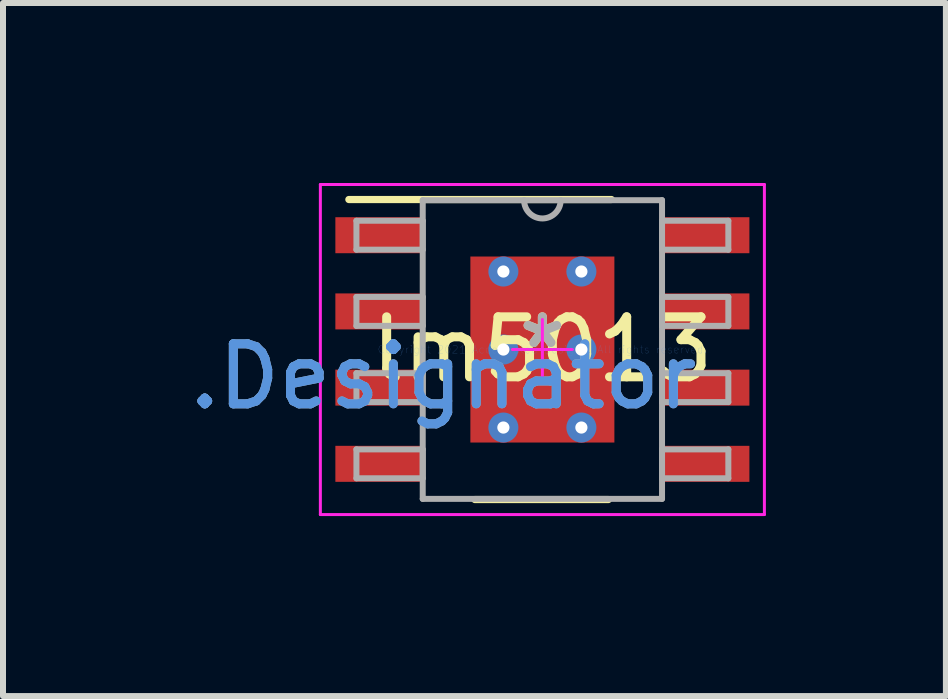
<source format=kicad_pcb>
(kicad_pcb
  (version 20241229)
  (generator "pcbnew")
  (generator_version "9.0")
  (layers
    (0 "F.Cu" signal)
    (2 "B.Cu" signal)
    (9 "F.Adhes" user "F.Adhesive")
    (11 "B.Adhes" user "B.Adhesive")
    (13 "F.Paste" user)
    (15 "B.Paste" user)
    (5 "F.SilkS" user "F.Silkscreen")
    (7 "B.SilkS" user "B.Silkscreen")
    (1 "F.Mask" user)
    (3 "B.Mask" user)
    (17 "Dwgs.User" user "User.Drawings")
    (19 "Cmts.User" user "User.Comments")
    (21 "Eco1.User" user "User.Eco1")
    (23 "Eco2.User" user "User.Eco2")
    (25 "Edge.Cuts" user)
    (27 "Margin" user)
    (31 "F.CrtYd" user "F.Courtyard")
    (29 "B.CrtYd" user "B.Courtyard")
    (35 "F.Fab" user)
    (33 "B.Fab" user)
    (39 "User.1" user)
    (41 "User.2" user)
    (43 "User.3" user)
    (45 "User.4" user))
  (footprint "lm5013"
    (layer "F.Cu")
    (at 5.989 2.775)
    (property "Reference" "lm5013" (at 0 0 0) (layer "F.SilkS") (effects (font (size 1 1) (thickness 0.15))))
    (attr through_hole)
    (fp_line (start -3.225 -2.5) (end 1.15 -2.5) (stroke (width 0.12) (type solid)) (layer "F.SilkS"))
    (fp_line (start -1.125 2.5) (end 1.1 2.5) (stroke (width 0.12) (type solid)) (layer "F.SilkS"))
    (fp_line (start -3.7 -2.75) (end 3.7 -2.75) (stroke (width 0.05) (type solid)) (layer "F.CrtYd"))
    (fp_line (start -3.7 2.75) (end -3.7 -2.75) (stroke (width 0.05) (type solid)) (layer "F.CrtYd"))
    (fp_line (start -3.7 2.75) (end 3.7 2.75) (stroke (width 0.05) (type solid)) (layer "F.CrtYd"))
    (fp_line (start -0.5 0) (end 0.5 0) (stroke (width 0.05) (type solid)) (layer "F.CrtYd"))
    (fp_line (start 0 0.5) (end 0 -0.5) (stroke (width 0.05) (type solid)) (layer "F.CrtYd"))
    (fp_line (start 3.7 2.75) (end 3.7 -2.75) (stroke (width 0.05) (type solid)) (layer "F.CrtYd"))
    (fp_line (start -3.099 -2.146) (end -1.994 -2.146) (stroke (width 0.1) (type solid)) (layer "F.Fab"))
    (fp_line (start -3.099 -1.664) (end -3.099 -2.146) (stroke (width 0.1) (type solid)) (layer "F.Fab"))
    (fp_line (start -3.099 -1.664) (end -1.994 -1.664) (stroke (width 0.1) (type solid)) (layer "F.Fab"))
    (fp_line (start -3.099 -0.876) (end -1.994 -0.876) (stroke (width 0.1) (type solid)) (layer "F.Fab"))
    (fp_line (start -3.099 -0.394) (end -3.099 -0.876) (stroke (width 0.1) (type solid)) (layer "F.Fab"))
    (fp_line (start -3.099 -0.394) (end -1.994 -0.394) (stroke (width 0.1) (type solid)) (layer "F.Fab"))
    (fp_line (start -3.099 0.394) (end -1.994 0.394) (stroke (width 0.1) (type solid)) (layer "F.Fab"))
    (fp_line (start -3.099 0.876) (end -3.099 0.394) (stroke (width 0.1) (type solid)) (layer "F.Fab"))
    (fp_line (start -3.099 0.876) (end -1.994 0.876) (stroke (width 0.1) (type solid)) (layer "F.Fab"))
    (fp_line (start -3.099 1.664) (end -1.994 1.664) (stroke (width 0.1) (type solid)) (layer "F.Fab"))
    (fp_line (start -3.099 2.146) (end -3.099 1.664) (stroke (width 0.1) (type solid)) (layer "F.Fab"))
    (fp_line (start -3.099 2.146) (end -1.994 2.146) (stroke (width 0.1) (type solid)) (layer "F.Fab"))
    (fp_line (start -1.994 -2.489) (end 1.994 -2.489) (stroke (width 0.1) (type solid)) (layer "F.Fab"))
    (fp_line (start -1.994 -1.664) (end -1.994 -2.146) (stroke (width 0.1) (type solid)) (layer "F.Fab"))
    (fp_line (start -1.994 -0.394) (end -1.994 -0.876) (stroke (width 0.1) (type solid)) (layer "F.Fab"))
    (fp_line (start -1.994 0.876) (end -1.994 0.394) (stroke (width 0.1) (type solid)) (layer "F.Fab"))
    (fp_line (start -1.994 2.146) (end -1.994 1.664) (stroke (width 0.1) (type solid)) (layer "F.Fab"))
    (fp_line (start -1.994 2.489) (end -1.994 -2.489) (stroke (width 0.1) (type solid)) (layer "F.Fab"))
    (fp_line (start -1.994 2.489) (end 1.994 2.489) (stroke (width 0.1) (type solid)) (layer "F.Fab"))
    (fp_line (start 1.994 -2.146) (end 3.099 -2.146) (stroke (width 0.1) (type solid)) (layer "F.Fab"))
    (fp_line (start 1.994 -1.664) (end 1.994 -2.146) (stroke (width 0.1) (type solid)) (layer "F.Fab"))
    (fp_line (start 1.994 -1.664) (end 3.099 -1.664) (stroke (width 0.1) (type solid)) (layer "F.Fab"))
    (fp_line (start 1.994 -0.876) (end 3.099 -0.876) (stroke (width 0.1) (type solid)) (layer "F.Fab"))
    (fp_line (start 1.994 -0.394) (end 1.994 -0.876) (stroke (width 0.1) (type solid)) (layer "F.Fab"))
    (fp_line (start 1.994 -0.394) (end 3.099 -0.394) (stroke (width 0.1) (type solid)) (layer "F.Fab"))
    (fp_line (start 1.994 0.394) (end 3.099 0.394) (stroke (width 0.1) (type solid)) (layer "F.Fab"))
    (fp_line (start 1.994 0.876) (end 1.994 0.394) (stroke (width 0.1) (type solid)) (layer "F.Fab"))
    (fp_line (start 1.994 0.876) (end 3.099 0.876) (stroke (width 0.1) (type solid)) (layer "F.Fab"))
    (fp_line (start 1.994 1.664) (end 3.099 1.664) (stroke (width 0.1) (type solid)) (layer "F.Fab"))
    (fp_line (start 1.994 2.146) (end 1.994 1.664) (stroke (width 0.1) (type solid)) (layer "F.Fab"))
    (fp_line (start 1.994 2.146) (end 3.099 2.146) (stroke (width 0.1) (type solid)) (layer "F.Fab"))
    (fp_line (start 1.994 2.489) (end 1.994 -2.489) (stroke (width 0.1) (type solid)) (layer "F.Fab"))
    (fp_line (start 3.099 -1.664) (end 3.099 -2.146) (stroke (width 0.1) (type solid)) (layer "F.Fab"))
    (fp_line (start 3.099 -0.394) (end 3.099 -0.876) (stroke (width 0.1) (type solid)) (layer "F.Fab"))
    (fp_line (start 3.099 0.876) (end 3.099 0.394) (stroke (width 0.1) (type solid)) (layer "F.Fab"))
    (fp_line (start 3.099 2.146) (end 3.099 1.664) (stroke (width 0.1) (type solid)) (layer "F.Fab"))
    (fp_arc (start 0.3048 -2.4892) (mid 0 -2.1844) (end -0.3048 -2.4892) (stroke (width 0.1) (type solid)) (layer "F.Fab"))
    (fp_text user "*" (at 0 0 0) (layer "F.SilkS") (effects (font (size 1 1) (thickness 0.15))))
    (fp_text user ".Designator" (at -1.65 0.45 0) (layer "Cmts.User") (effects (font (size 1 1) (thickness 0.15))))
    (fp_text user "Copyright 2021 Accelerated Designs. All rights reserved." (at 0 0 0) (layer "Cmts.User") (effects (font (size 0.127 0.127) (thickness 0.002))))
    (fp_text user "*" (at 0 0 0) (layer "F.Fab") (effects (font (size 1 1) (thickness 0.15))))
    (fp_text user ".Designator" (at -1.65 0.45 0) (layer "F.Fab") (effects (font (size 1 1) (thickness 0.15))))
    (pad "1" smd rect (at -2.725 -1.905 90) (size 0.6 1.45) (layers "F.Cu" "F.Mask" "F.Paste"))
    (pad "2" smd rect (at -2.725 -0.635 90) (size 0.6 1.45) (layers "F.Cu" "F.Mask" "F.Paste"))
    (pad "3" smd rect (at -2.725 0.635 90) (size 0.6 1.45) (layers "F.Cu" "F.Mask" "F.Paste"))
    (pad "4" smd rect (at -2.725 1.905 90) (size 0.6 1.45) (layers "F.Cu" "F.Mask" "F.Paste"))
    (pad "5" smd rect (at 2.725 1.905 90) (size 0.6 1.45) (layers "F.Cu" "F.Mask" "F.Paste"))
    (pad "6" smd rect (at 2.725 0.635 90) (size 0.6 1.45) (layers "F.Cu" "F.Mask" "F.Paste"))
    (pad "7" smd rect (at 2.725 -0.635 90) (size 0.6 1.45) (layers "F.Cu" "F.Mask" "F.Paste"))
    (pad "8" smd rect (at 2.725 -1.905 90) (size 0.6 1.45) (layers "F.Cu" "F.Mask" "F.Paste"))
    (pad "9" smd rect (at 0 0) (size 2.4 3.1) (layers "F.Cu" "F.Mask" "F.Paste"))
    (pad "V" thru_hole circle (at -0.65 -1.3) (size 0.5 0.5) (drill 0.203) (layers "*.Cu" "*.Mask"))
    (pad "V" thru_hole circle (at -0.65 0) (size 0.5 0.5) (drill 0.203) (layers "*.Cu" "*.Mask"))
    (pad "V" thru_hole circle (at -0.65 1.3) (size 0.5 0.5) (drill 0.203) (layers "*.Cu" "*.Mask"))
    (pad "V" thru_hole circle (at 0.65 -1.3) (size 0.5 0.5) (drill 0.203) (layers "*.Cu" "*.Mask"))
    (pad "V" thru_hole circle (at 0.65 0) (size 0.5 0.5) (drill 0.203) (layers "*.Cu" "*.Mask"))
    (pad "V" thru_hole circle (at 0.65 1.3) (size 0.5 0.5) (drill 0.203) (layers "*.Cu" "*.Mask")))
  (gr_rect
    (start -3 -3)
    (end 12.714 8.55)
    (stroke (width 0.1) (type default))
    (fill no)
    (layer "Edge.Cuts")))
</source>
